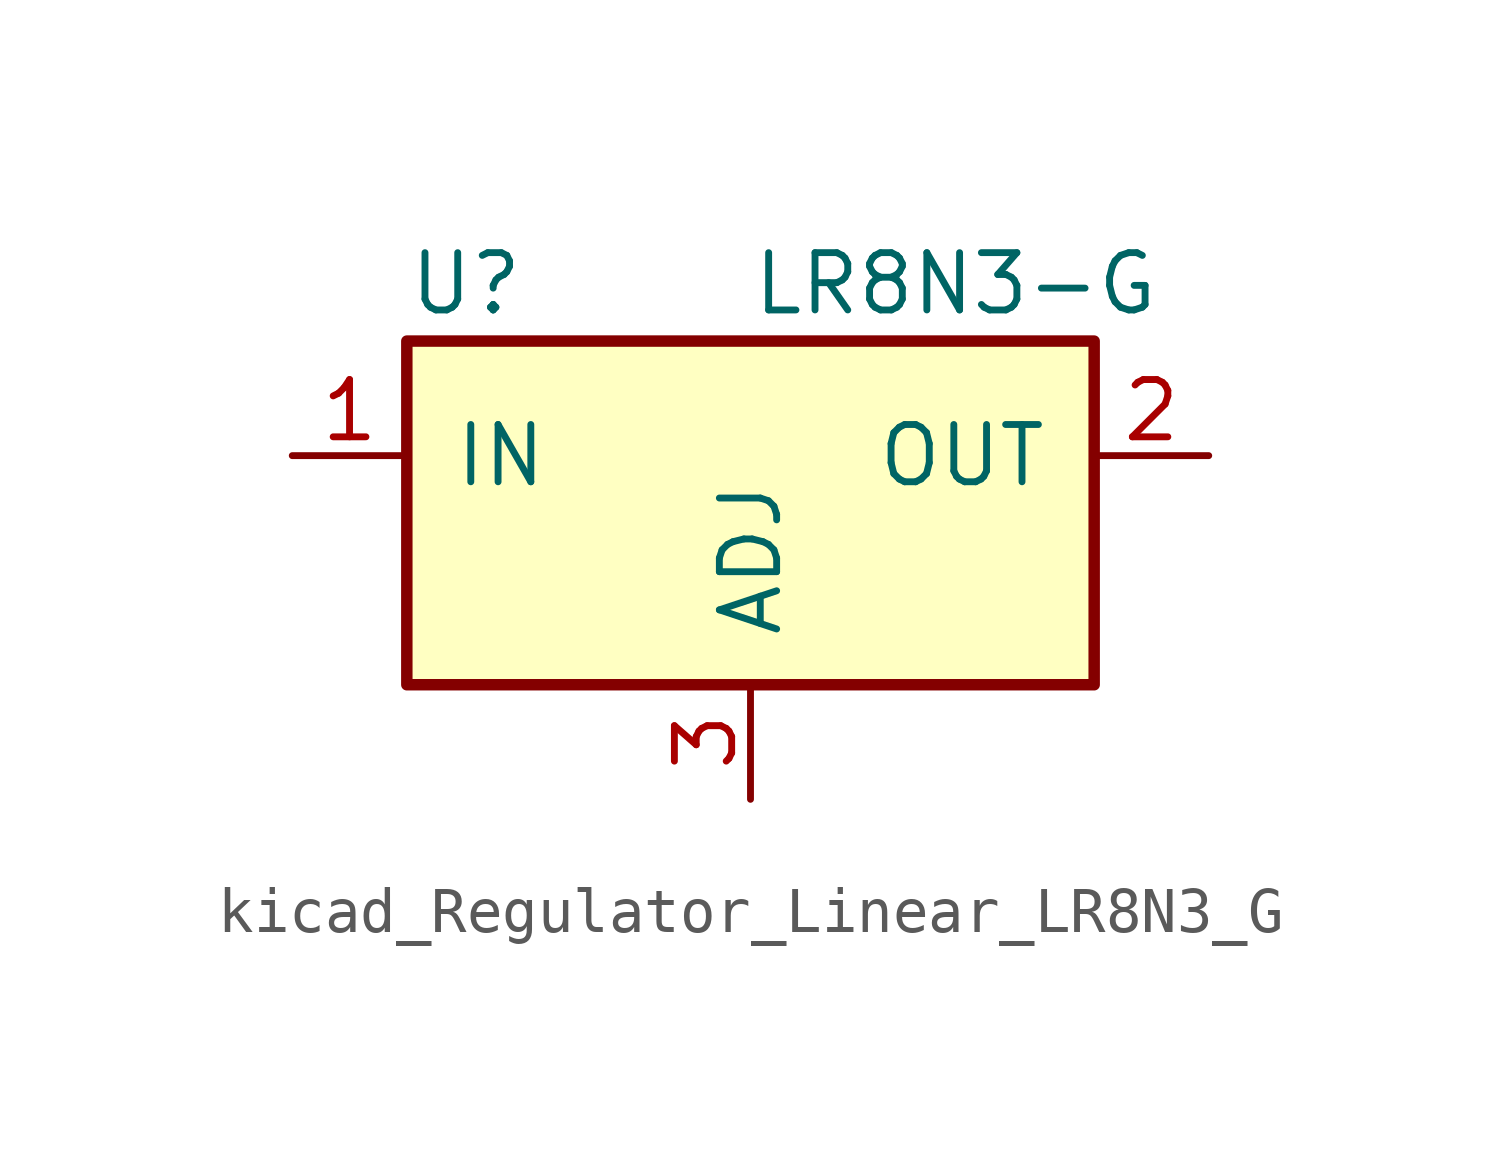
<source format=kicad_sym>
(kicad_symbol_lib
  (version 20220914)
  (generator kicad_symbol_editor)
  (symbol "kicad_Regulator_Linear_LR8N3_G"
    (pin_names
      (offset 1.016))
    (property "Reference" "U"
      (at -7.62 3.81 0)
      (effects (font (size 1.27 1.27)) (justify left)))
    (property "Value" "LR8N3-G"
      (at 0 3.81 0)
      (effects (font (size 1.27 1.27)) (justify left)))
    (symbol "kicad_Regulator_Linear_LR8N3_G_0_1"
      (rectangle (start -7.62 2.54) (end 7.62 -5.08) (stroke (width 0.254) (type default)) (fill (type background))))
    (symbol "kicad_Regulator_Linear_LR8N3_G_1_1"
      (pin input line (at -10.16 0 0) (length 2.54) (name "IN" (effects (font (size 1.27 1.27)))) (number "1" (effects (font (size 1.27 1.27)))))
      (pin power_out line (at 10.16 0 180) (length 2.54) (name "OUT" (effects (font (size 1.27 1.27)))) (number "2" (effects (font (size 1.27 1.27)))))
      (pin input line (at 0 -7.62 90) (length 2.54) (name "ADJ" (effects (font (size 1.27 1.27)))) (number "3" (effects (font (size 1.27 1.27))))))))
</source>
